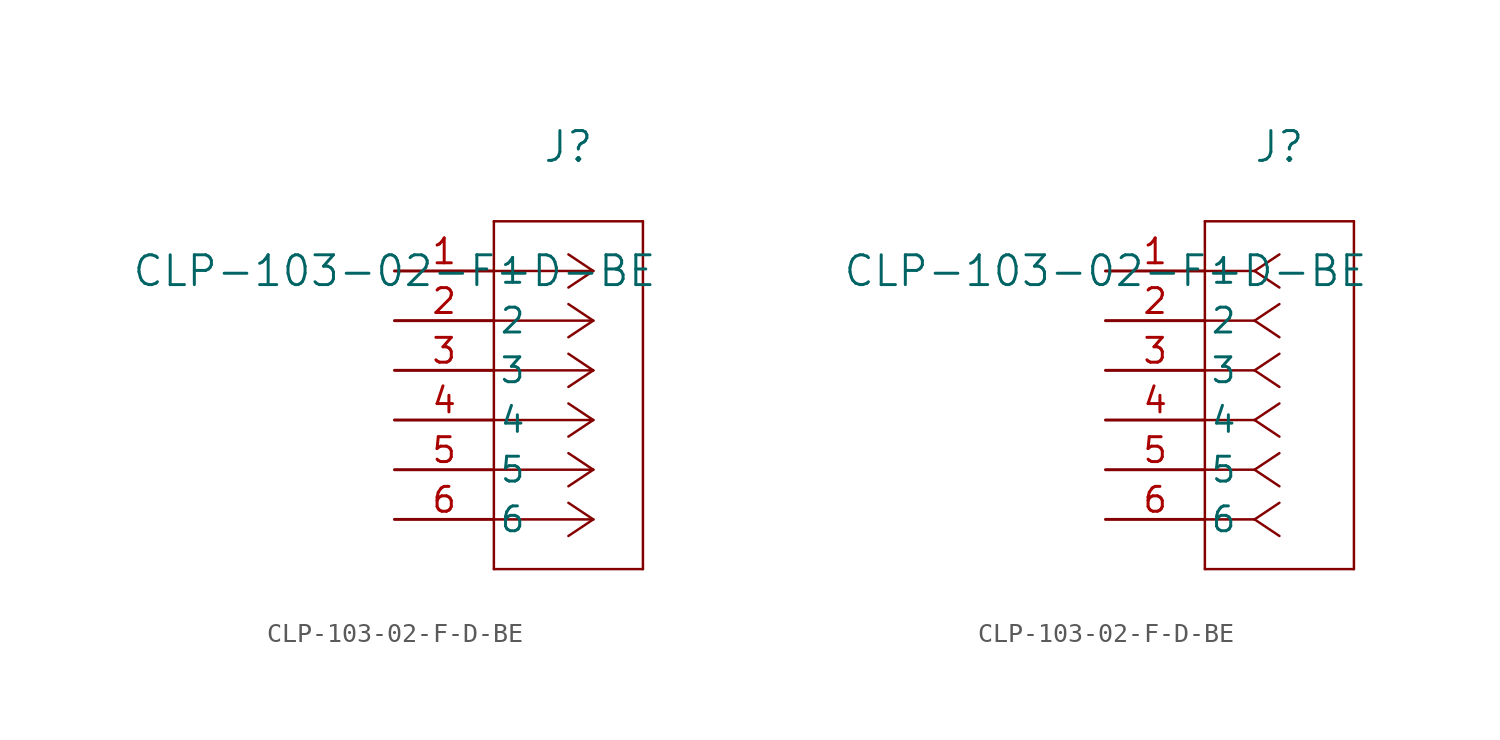
<source format=kicad_sym>
(kicad_symbol_lib
  (version 20211014)
  (generator kicad_symbol_editor)
  (symbol "CLP-103-02-F-D-BE"
    (pin_names
      (offset 0.254))
    (property "Reference" "J"
      (at 8.89 6.35 0)
      (effects (font (size 1.524 1.524))))
    (property "Value" "CLP-103-02-F-D-BE"
      (at 0 0 0)
      (effects (font (size 1.524 1.524))))
    (symbol "CLP-103-02-F-D-BE_1_1"
      (polyline (pts (xy 10.16 0) (xy 5.08 0)) (stroke (width 0.127) (type default) (color 0 0 0 0)) (fill (type none)))
      (polyline (pts (xy 10.16 -2.54) (xy 5.08 -2.54)) (stroke (width 0.127) (type default) (color 0 0 0 0)) (fill (type none)))
      (polyline (pts (xy 10.16 -5.08) (xy 5.08 -5.08)) (stroke (width 0.127) (type default) (color 0 0 0 0)) (fill (type none)))
      (polyline (pts (xy 10.16 -7.62) (xy 5.08 -7.62)) (stroke (width 0.127) (type default) (color 0 0 0 0)) (fill (type none)))
      (polyline (pts (xy 10.16 -10.16) (xy 5.08 -10.16)) (stroke (width 0.127) (type default) (color 0 0 0 0)) (fill (type none)))
      (polyline (pts (xy 10.16 -12.7) (xy 5.08 -12.7)) (stroke (width 0.127) (type default) (color 0 0 0 0)) (fill (type none)))
      (polyline (pts (xy 10.16 0) (xy 8.89 0.847)) (stroke (width 0.127) (type default) (color 0 0 0 0)) (fill (type none)))
      (polyline (pts (xy 10.16 -2.54) (xy 8.89 -1.693)) (stroke (width 0.127) (type default) (color 0 0 0 0)) (fill (type none)))
      (polyline (pts (xy 10.16 -5.08) (xy 8.89 -4.233)) (stroke (width 0.127) (type default) (color 0 0 0 0)) (fill (type none)))
      (polyline (pts (xy 10.16 -7.62) (xy 8.89 -6.773)) (stroke (width 0.127) (type default) (color 0 0 0 0)) (fill (type none)))
      (polyline (pts (xy 10.16 -10.16) (xy 8.89 -9.313)) (stroke (width 0.127) (type default) (color 0 0 0 0)) (fill (type none)))
      (polyline (pts (xy 10.16 -12.7) (xy 8.89 -11.853)) (stroke (width 0.127) (type default) (color 0 0 0 0)) (fill (type none)))
      (polyline (pts (xy 10.16 0) (xy 8.89 -0.847)) (stroke (width 0.127) (type default) (color 0 0 0 0)) (fill (type none)))
      (polyline (pts (xy 10.16 -2.54) (xy 8.89 -3.387)) (stroke (width 0.127) (type default) (color 0 0 0 0)) (fill (type none)))
      (polyline (pts (xy 10.16 -5.08) (xy 8.89 -5.927)) (stroke (width 0.127) (type default) (color 0 0 0 0)) (fill (type none)))
      (polyline (pts (xy 10.16 -7.62) (xy 8.89 -8.467)) (stroke (width 0.127) (type default) (color 0 0 0 0)) (fill (type none)))
      (polyline (pts (xy 10.16 -10.16) (xy 8.89 -11.007)) (stroke (width 0.127) (type default) (color 0 0 0 0)) (fill (type none)))
      (polyline (pts (xy 10.16 -12.7) (xy 8.89 -13.547)) (stroke (width 0.127) (type default) (color 0 0 0 0)) (fill (type none)))
      (polyline (pts (xy 5.08 2.54) (xy 5.08 -15.24)) (stroke (width 0.127) (type default) (color 0 0 0 0)) (fill (type none)))
      (polyline (pts (xy 5.08 -15.24) (xy 12.7 -15.24)) (stroke (width 0.127) (type default) (color 0 0 0 0)) (fill (type none)))
      (polyline (pts (xy 12.7 -15.24) (xy 12.7 2.54)) (stroke (width 0.127) (type default) (color 0 0 0 0)) (fill (type none)))
      (polyline (pts (xy 12.7 2.54) (xy 5.08 2.54)) (stroke (width 0.127) (type default) (color 0 0 0 0)) (fill (type none)))
      (pin unspecified line (at 0 0 0) (length 5.08) (name "1" (effects (font (size 1.27 1.27)))) (number "1" (effects (font (size 1.27 1.27)))))
      (pin unspecified line (at 0 -2.54 0) (length 5.08) (name "2" (effects (font (size 1.27 1.27)))) (number "2" (effects (font (size 1.27 1.27)))))
      (pin unspecified line (at 0 -5.08 0) (length 5.08) (name "3" (effects (font (size 1.27 1.27)))) (number "3" (effects (font (size 1.27 1.27)))))
      (pin unspecified line (at 0 -7.62 0) (length 5.08) (name "4" (effects (font (size 1.27 1.27)))) (number "4" (effects (font (size 1.27 1.27)))))
      (pin unspecified line (at 0 -10.16 0) (length 5.08) (name "5" (effects (font (size 1.27 1.27)))) (number "5" (effects (font (size 1.27 1.27)))))
      (pin unspecified line (at 0 -12.7 0) (length 5.08) (name "6" (effects (font (size 1.27 1.27)))) (number "6" (effects (font (size 1.27 1.27))))))
    (symbol "CLP-103-02-F-D-BE_1_2"
      (polyline (pts (xy 7.62 0) (xy 5.08 0)) (stroke (width 0.127) (type default) (color 0 0 0 0)) (fill (type none)))
      (polyline (pts (xy 7.62 -2.54) (xy 5.08 -2.54)) (stroke (width 0.127) (type default) (color 0 0 0 0)) (fill (type none)))
      (polyline (pts (xy 7.62 -5.08) (xy 5.08 -5.08)) (stroke (width 0.127) (type default) (color 0 0 0 0)) (fill (type none)))
      (polyline (pts (xy 7.62 -7.62) (xy 5.08 -7.62)) (stroke (width 0.127) (type default) (color 0 0 0 0)) (fill (type none)))
      (polyline (pts (xy 7.62 -10.16) (xy 5.08 -10.16)) (stroke (width 0.127) (type default) (color 0 0 0 0)) (fill (type none)))
      (polyline (pts (xy 7.62 -12.7) (xy 5.08 -12.7)) (stroke (width 0.127) (type default) (color 0 0 0 0)) (fill (type none)))
      (polyline (pts (xy 7.62 0) (xy 8.89 0.847)) (stroke (width 0.127) (type default) (color 0 0 0 0)) (fill (type none)))
      (polyline (pts (xy 7.62 -2.54) (xy 8.89 -1.693)) (stroke (width 0.127) (type default) (color 0 0 0 0)) (fill (type none)))
      (polyline (pts (xy 7.62 -5.08) (xy 8.89 -4.233)) (stroke (width 0.127) (type default) (color 0 0 0 0)) (fill (type none)))
      (polyline (pts (xy 7.62 -7.62) (xy 8.89 -6.773)) (stroke (width 0.127) (type default) (color 0 0 0 0)) (fill (type none)))
      (polyline (pts (xy 7.62 -10.16) (xy 8.89 -9.313)) (stroke (width 0.127) (type default) (color 0 0 0 0)) (fill (type none)))
      (polyline (pts (xy 7.62 -12.7) (xy 8.89 -11.853)) (stroke (width 0.127) (type default) (color 0 0 0 0)) (fill (type none)))
      (polyline (pts (xy 7.62 0) (xy 8.89 -0.847)) (stroke (width 0.127) (type default) (color 0 0 0 0)) (fill (type none)))
      (polyline (pts (xy 7.62 -2.54) (xy 8.89 -3.387)) (stroke (width 0.127) (type default) (color 0 0 0 0)) (fill (type none)))
      (polyline (pts (xy 7.62 -5.08) (xy 8.89 -5.927)) (stroke (width 0.127) (type default) (color 0 0 0 0)) (fill (type none)))
      (polyline (pts (xy 7.62 -7.62) (xy 8.89 -8.467)) (stroke (width 0.127) (type default) (color 0 0 0 0)) (fill (type none)))
      (polyline (pts (xy 7.62 -10.16) (xy 8.89 -11.007)) (stroke (width 0.127) (type default) (color 0 0 0 0)) (fill (type none)))
      (polyline (pts (xy 7.62 -12.7) (xy 8.89 -13.547)) (stroke (width 0.127) (type default) (color 0 0 0 0)) (fill (type none)))
      (polyline (pts (xy 5.08 2.54) (xy 5.08 -15.24)) (stroke (width 0.127) (type default) (color 0 0 0 0)) (fill (type none)))
      (polyline (pts (xy 5.08 -15.24) (xy 12.7 -15.24)) (stroke (width 0.127) (type default) (color 0 0 0 0)) (fill (type none)))
      (polyline (pts (xy 12.7 -15.24) (xy 12.7 2.54)) (stroke (width 0.127) (type default) (color 0 0 0 0)) (fill (type none)))
      (polyline (pts (xy 12.7 2.54) (xy 5.08 2.54)) (stroke (width 0.127) (type default) (color 0 0 0 0)) (fill (type none)))
      (pin unspecified line (at 0 0 0) (length 5.08) (name "1" (effects (font (size 1.27 1.27)))) (number "1" (effects (font (size 1.27 1.27)))))
      (pin unspecified line (at 0 -2.54 0) (length 5.08) (name "2" (effects (font (size 1.27 1.27)))) (number "2" (effects (font (size 1.27 1.27)))))
      (pin unspecified line (at 0 -5.08 0) (length 5.08) (name "3" (effects (font (size 1.27 1.27)))) (number "3" (effects (font (size 1.27 1.27)))))
      (pin unspecified line (at 0 -7.62 0) (length 5.08) (name "4" (effects (font (size 1.27 1.27)))) (number "4" (effects (font (size 1.27 1.27)))))
      (pin unspecified line (at 0 -10.16 0) (length 5.08) (name "5" (effects (font (size 1.27 1.27)))) (number "5" (effects (font (size 1.27 1.27)))))
      (pin unspecified line (at 0 -12.7 0) (length 5.08) (name "6" (effects (font (size 1.27 1.27)))) (number "6" (effects (font (size 1.27 1.27))))))))
</source>
